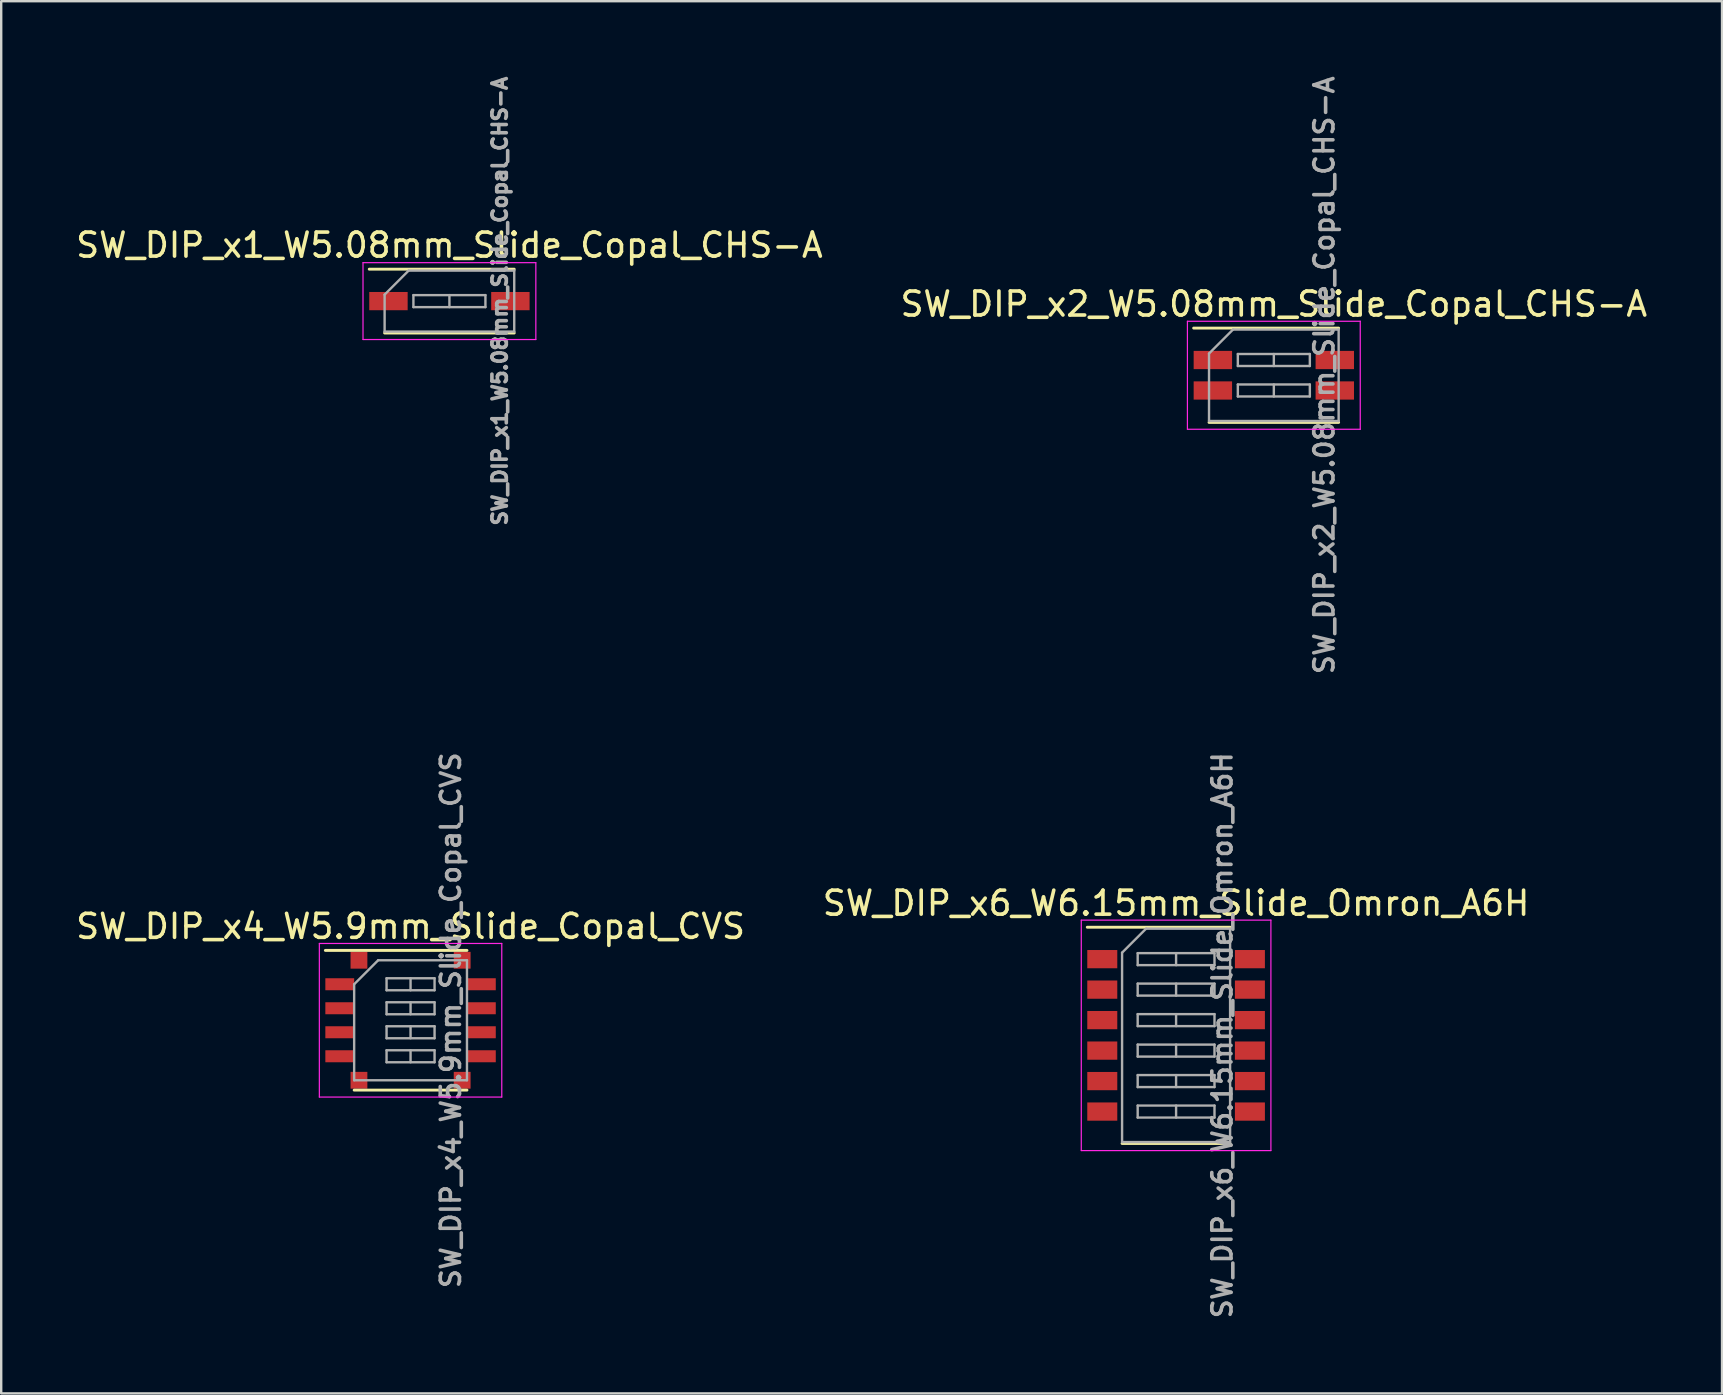
<source format=kicad_pcb>
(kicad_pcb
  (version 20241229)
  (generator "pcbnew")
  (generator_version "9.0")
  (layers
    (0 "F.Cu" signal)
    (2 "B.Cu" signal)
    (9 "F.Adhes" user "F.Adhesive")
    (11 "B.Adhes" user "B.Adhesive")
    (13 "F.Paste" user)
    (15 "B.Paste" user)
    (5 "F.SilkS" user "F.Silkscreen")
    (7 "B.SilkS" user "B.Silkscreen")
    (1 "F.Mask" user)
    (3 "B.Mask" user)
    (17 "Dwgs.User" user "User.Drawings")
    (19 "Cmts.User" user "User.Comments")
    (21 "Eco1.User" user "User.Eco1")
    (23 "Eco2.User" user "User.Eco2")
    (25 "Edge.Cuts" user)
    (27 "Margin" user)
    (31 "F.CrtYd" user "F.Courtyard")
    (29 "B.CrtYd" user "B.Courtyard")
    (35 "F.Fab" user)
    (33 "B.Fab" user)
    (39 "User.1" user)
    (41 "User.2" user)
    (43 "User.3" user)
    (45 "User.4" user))
  (footprint "SW_DIP_x1_W5.08mm_Slide_Copal_CHS-A"
    (layer "F.Cu")
    (at 15.673 9.494)
    (property "Reference" "SW_DIP_x1_W5.08mm_Slide_Copal_CHS-A" (at 0 -2.33 0) (layer "F.SilkS") (effects (font (size 1 1) (thickness 0.15))))
    (attr smd)
    (fp_line (start -3.34 -1.33) (end 2.7 -1.33) (stroke (width 0.12) (type solid)) (layer "F.SilkS"))
    (fp_line (start -2.7 1.33) (end 2.7 1.33) (stroke (width 0.12) (type solid)) (layer "F.SilkS"))
    (fp_line (start -3.6 -1.6) (end -3.6 1.6) (stroke (width 0.05) (type solid)) (layer "F.CrtYd"))
    (fp_line (start -3.6 1.6) (end 3.6 1.6) (stroke (width 0.05) (type solid)) (layer "F.CrtYd"))
    (fp_line (start 3.6 -1.6) (end -3.6 -1.6) (stroke (width 0.05) (type solid)) (layer "F.CrtYd"))
    (fp_line (start 3.6 1.6) (end 3.6 -1.6) (stroke (width 0.05) (type solid)) (layer "F.CrtYd"))
    (fp_line (start -2.7 -0.27) (end -1.7 -1.27) (stroke (width 0.1) (type solid)) (layer "F.Fab"))
    (fp_line (start -2.7 1.27) (end -2.7 -0.27) (stroke (width 0.1) (type solid)) (layer "F.Fab"))
    (fp_line (start -1.7 -1.27) (end 2.7 -1.27) (stroke (width 0.1) (type solid)) (layer "F.Fab"))
    (fp_line (start -1.5 -0.25) (end -1.5 0.25) (stroke (width 0.1) (type solid)) (layer "F.Fab"))
    (fp_line (start -1.5 0.25) (end 1.5 0.25) (stroke (width 0.1) (type solid)) (layer "F.Fab"))
    (fp_line (start 0 -0.25) (end 0 0.25) (stroke (width 0.1) (type solid)) (layer "F.Fab"))
    (fp_line (start 1.5 -0.25) (end -1.5 -0.25) (stroke (width 0.1) (type solid)) (layer "F.Fab"))
    (fp_line (start 1.5 0.25) (end 1.5 -0.25) (stroke (width 0.1) (type solid)) (layer "F.Fab"))
    (fp_line (start 2.7 -1.27) (end 2.7 1.27) (stroke (width 0.1) (type solid)) (layer "F.Fab"))
    (fp_line (start 2.7 1.27) (end -2.7 1.27) (stroke (width 0.1) (type solid)) (layer "F.Fab"))
    (fp_text user "${REFERENCE}" (at 2.1 0 90) (layer "F.Fab") (effects (font (size 0.6 0.6) (thickness 0.15))))
    (pad "1" smd rect (at -2.54 0) (size 1.6 0.76) (layers "F.Cu" "F.Mask" "F.Paste"))
    (pad "2" smd rect (at 2.54 0) (size 1.6 0.76) (layers "F.Cu" "F.Mask" "F.Paste")))
  (footprint "SW_DIP_x6_W6.15mm_Slide_Omron_A6H"
    (layer "F.Cu")
    (at 45.946 40.083)
    (property "Reference" "SW_DIP_x6_W6.15mm_Slide_Omron_A6H" (at 0 -5.505 0) (layer "F.SilkS") (effects (font (size 1 1) (thickness 0.15))))
    (attr smd)
    (fp_line (start -3.7 -4.505) (end 2.25 -4.505) (stroke (width 0.12) (type solid)) (layer "F.SilkS"))
    (fp_line (start -2.25 4.505) (end 2.25 4.505) (stroke (width 0.12) (type solid)) (layer "F.SilkS"))
    (fp_line (start -3.95 -4.8) (end -3.95 4.8) (stroke (width 0.05) (type solid)) (layer "F.CrtYd"))
    (fp_line (start -3.95 4.8) (end 3.95 4.8) (stroke (width 0.05) (type solid)) (layer "F.CrtYd"))
    (fp_line (start 3.95 -4.8) (end -3.95 -4.8) (stroke (width 0.05) (type solid)) (layer "F.CrtYd"))
    (fp_line (start 3.95 4.8) (end 3.95 -4.8) (stroke (width 0.05) (type solid)) (layer "F.CrtYd"))
    (fp_line (start -2.25 -3.445) (end -1.25 -4.445) (stroke (width 0.1) (type solid)) (layer "F.Fab"))
    (fp_line (start -2.25 4.445) (end -2.25 -3.445) (stroke (width 0.1) (type solid)) (layer "F.Fab"))
    (fp_line (start -1.6 -3.425) (end -1.6 -2.925) (stroke (width 0.1) (type solid)) (layer "F.Fab"))
    (fp_line (start -1.6 -2.925) (end 1.6 -2.925) (stroke (width 0.1) (type solid)) (layer "F.Fab"))
    (fp_line (start -1.6 -2.155) (end -1.6 -1.655) (stroke (width 0.1) (type solid)) (layer "F.Fab"))
    (fp_line (start -1.6 -1.655) (end 1.6 -1.655) (stroke (width 0.1) (type solid)) (layer "F.Fab"))
    (fp_line (start -1.6 -0.885) (end -1.6 -0.385) (stroke (width 0.1) (type solid)) (layer "F.Fab"))
    (fp_line (start -1.6 -0.385) (end 1.6 -0.385) (stroke (width 0.1) (type solid)) (layer "F.Fab"))
    (fp_line (start -1.6 0.385) (end -1.6 0.885) (stroke (width 0.1) (type solid)) (layer "F.Fab"))
    (fp_line (start -1.6 0.885) (end 1.6 0.885) (stroke (width 0.1) (type solid)) (layer "F.Fab"))
    (fp_line (start -1.6 1.655) (end -1.6 2.155) (stroke (width 0.1) (type solid)) (layer "F.Fab"))
    (fp_line (start -1.6 2.155) (end 1.6 2.155) (stroke (width 0.1) (type solid)) (layer "F.Fab"))
    (fp_line (start -1.6 2.925) (end -1.6 3.425) (stroke (width 0.1) (type solid)) (layer "F.Fab"))
    (fp_line (start -1.6 3.425) (end 1.6 3.425) (stroke (width 0.1) (type solid)) (layer "F.Fab"))
    (fp_line (start -1.25 -4.445) (end 2.25 -4.445) (stroke (width 0.1) (type solid)) (layer "F.Fab"))
    (fp_line (start 0 -3.425) (end 0 -2.925) (stroke (width 0.1) (type solid)) (layer "F.Fab"))
    (fp_line (start 0 -2.155) (end 0 -1.655) (stroke (width 0.1) (type solid)) (layer "F.Fab"))
    (fp_line (start 0 -0.885) (end 0 -0.385) (stroke (width 0.1) (type solid)) (layer "F.Fab"))
    (fp_line (start 0 0.385) (end 0 0.885) (stroke (width 0.1) (type solid)) (layer "F.Fab"))
    (fp_line (start 0 1.655) (end 0 2.155) (stroke (width 0.1) (type solid)) (layer "F.Fab"))
    (fp_line (start 0 2.925) (end 0 3.425) (stroke (width 0.1) (type solid)) (layer "F.Fab"))
    (fp_line (start 1.6 -3.425) (end -1.6 -3.425) (stroke (width 0.1) (type solid)) (layer "F.Fab"))
    (fp_line (start 1.6 -2.925) (end 1.6 -3.425) (stroke (width 0.1) (type solid)) (layer "F.Fab"))
    (fp_line (start 1.6 -2.155) (end -1.6 -2.155) (stroke (width 0.1) (type solid)) (layer "F.Fab"))
    (fp_line (start 1.6 -1.655) (end 1.6 -2.155) (stroke (width 0.1) (type solid)) (layer "F.Fab"))
    (fp_line (start 1.6 -0.885) (end -1.6 -0.885) (stroke (width 0.1) (type solid)) (layer "F.Fab"))
    (fp_line (start 1.6 -0.385) (end 1.6 -0.885) (stroke (width 0.1) (type solid)) (layer "F.Fab"))
    (fp_line (start 1.6 0.385) (end -1.6 0.385) (stroke (width 0.1) (type solid)) (layer "F.Fab"))
    (fp_line (start 1.6 0.885) (end 1.6 0.385) (stroke (width 0.1) (type solid)) (layer "F.Fab"))
    (fp_line (start 1.6 1.655) (end -1.6 1.655) (stroke (width 0.1) (type solid)) (layer "F.Fab"))
    (fp_line (start 1.6 2.155) (end 1.6 1.655) (stroke (width 0.1) (type solid)) (layer "F.Fab"))
    (fp_line (start 1.6 2.925) (end -1.6 2.925) (stroke (width 0.1) (type solid)) (layer "F.Fab"))
    (fp_line (start 1.6 3.425) (end 1.6 2.925) (stroke (width 0.1) (type solid)) (layer "F.Fab"))
    (fp_line (start 2.25 -4.445) (end 2.25 4.445) (stroke (width 0.1) (type solid)) (layer "F.Fab"))
    (fp_line (start 2.25 4.445) (end -2.25 4.445) (stroke (width 0.1) (type solid)) (layer "F.Fab"))
    (fp_text user "${REFERENCE}" (at 1.925 0 90) (layer "F.Fab") (effects (font (size 0.8 0.8) (thickness 0.15))))
    (pad "1" smd rect (at -3.075 -3.175) (size 1.25 0.76) (layers "F.Cu" "F.Mask" "F.Paste"))
    (pad "2" smd rect (at -3.075 -1.905) (size 1.25 0.76) (layers "F.Cu" "F.Mask" "F.Paste"))
    (pad "3" smd rect (at -3.075 -0.635) (size 1.25 0.76) (layers "F.Cu" "F.Mask" "F.Paste"))
    (pad "4" smd rect (at -3.075 0.635) (size 1.25 0.76) (layers "F.Cu" "F.Mask" "F.Paste"))
    (pad "5" smd rect (at -3.075 1.905) (size 1.25 0.76) (layers "F.Cu" "F.Mask" "F.Paste"))
    (pad "6" smd rect (at -3.075 3.175) (size 1.25 0.76) (layers "F.Cu" "F.Mask" "F.Paste"))
    (pad "7" smd rect (at 3.075 3.175) (size 1.25 0.76) (layers "F.Cu" "F.Mask" "F.Paste"))
    (pad "8" smd rect (at 3.075 1.905) (size 1.25 0.76) (layers "F.Cu" "F.Mask" "F.Paste"))
    (pad "9" smd rect (at 3.075 0.635) (size 1.25 0.76) (layers "F.Cu" "F.Mask" "F.Paste"))
    (pad "10" smd rect (at 3.075 -0.635) (size 1.25 0.76) (layers "F.Cu" "F.Mask" "F.Paste"))
    (pad "11" smd rect (at 3.075 -1.905) (size 1.25 0.76) (layers "F.Cu" "F.Mask" "F.Paste"))
    (pad "12" smd rect (at 3.075 -3.175) (size 1.25 0.76) (layers "F.Cu" "F.Mask" "F.Paste")))
  (footprint "SW_DIP_x4_W5.9mm_Slide_Copal_CVS"
    (layer "F.Cu")
    (at 14.054 39.454)
    (property "Reference" "SW_DIP_x4_W5.9mm_Slide_Copal_CVS" (at 0 -3.91 0) (layer "F.SilkS") (effects (font (size 1 1) (thickness 0.15))))
    (attr smd)
    (fp_line (start -3.55 -2.91) (end 2.35 -2.91) (stroke (width 0.12) (type solid)) (layer "F.SilkS"))
    (fp_line (start -2.35 2.91) (end 2.35 2.91) (stroke (width 0.12) (type solid)) (layer "F.SilkS"))
    (fp_line (start -3.8 -3.2) (end -3.8 3.2) (stroke (width 0.05) (type solid)) (layer "F.CrtYd"))
    (fp_line (start -3.8 3.2) (end 3.8 3.2) (stroke (width 0.05) (type solid)) (layer "F.CrtYd"))
    (fp_line (start 3.8 -3.2) (end -3.8 -3.2) (stroke (width 0.05) (type solid)) (layer "F.CrtYd"))
    (fp_line (start 3.8 3.2) (end 3.8 -3.2) (stroke (width 0.05) (type solid)) (layer "F.CrtYd"))
    (fp_line (start -2.35 -1.5) (end -1.35 -2.5) (stroke (width 0.1) (type solid)) (layer "F.Fab"))
    (fp_line (start -2.35 2.5) (end -2.35 -1.5) (stroke (width 0.1) (type solid)) (layer "F.Fab"))
    (fp_line (start -1.35 -2.5) (end 2.35 -2.5) (stroke (width 0.1) (type solid)) (layer "F.Fab"))
    (fp_line (start -1 -1.75) (end -1 -1.25) (stroke (width 0.1) (type solid)) (layer "F.Fab"))
    (fp_line (start -1 -1.25) (end 1 -1.25) (stroke (width 0.1) (type solid)) (layer "F.Fab"))
    (fp_line (start -1 -0.75) (end -1 -0.25) (stroke (width 0.1) (type solid)) (layer "F.Fab"))
    (fp_line (start -1 -0.25) (end 1 -0.25) (stroke (width 0.1) (type solid)) (layer "F.Fab"))
    (fp_line (start -1 0.25) (end -1 0.75) (stroke (width 0.1) (type solid)) (layer "F.Fab"))
    (fp_line (start -1 0.75) (end 1 0.75) (stroke (width 0.1) (type solid)) (layer "F.Fab"))
    (fp_line (start -1 1.25) (end -1 1.75) (stroke (width 0.1) (type solid)) (layer "F.Fab"))
    (fp_line (start -1 1.75) (end 1 1.75) (stroke (width 0.1) (type solid)) (layer "F.Fab"))
    (fp_line (start 0 -1.75) (end 0 -1.25) (stroke (width 0.1) (type solid)) (layer "F.Fab"))
    (fp_line (start 0 -0.75) (end 0 -0.25) (stroke (width 0.1) (type solid)) (layer "F.Fab"))
    (fp_line (start 0 0.25) (end 0 0.75) (stroke (width 0.1) (type solid)) (layer "F.Fab"))
    (fp_line (start 0 1.25) (end 0 1.75) (stroke (width 0.1) (type solid)) (layer "F.Fab"))
    (fp_line (start 1 -1.75) (end -1 -1.75) (stroke (width 0.1) (type solid)) (layer "F.Fab"))
    (fp_line (start 1 -1.25) (end 1 -1.75) (stroke (width 0.1) (type solid)) (layer "F.Fab"))
    (fp_line (start 1 -0.75) (end -1 -0.75) (stroke (width 0.1) (type solid)) (layer "F.Fab"))
    (fp_line (start 1 -0.25) (end 1 -0.75) (stroke (width 0.1) (type solid)) (layer "F.Fab"))
    (fp_line (start 1 0.25) (end -1 0.25) (stroke (width 0.1) (type solid)) (layer "F.Fab"))
    (fp_line (start 1 0.75) (end 1 0.25) (stroke (width 0.1) (type solid)) (layer "F.Fab"))
    (fp_line (start 1 1.25) (end -1 1.25) (stroke (width 0.1) (type solid)) (layer "F.Fab"))
    (fp_line (start 1 1.75) (end 1 1.25) (stroke (width 0.1) (type solid)) (layer "F.Fab"))
    (fp_line (start 2.35 -2.5) (end 2.35 2.5) (stroke (width 0.1) (type solid)) (layer "F.Fab"))
    (fp_line (start 2.35 2.5) (end -2.35 2.5) (stroke (width 0.1) (type solid)) (layer "F.Fab"))
    (fp_text user "${REFERENCE}" (at 1.675 0 90) (layer "F.Fab") (effects (font (size 0.8 0.8) (thickness 0.15))))
    (pad "1" smd rect (at -2.95 -1.5) (size 1.2 0.5) (layers "F.Cu" "F.Mask" "F.Paste"))
    (pad "2" smd rect (at -2.95 -0.5) (size 1.2 0.5) (layers "F.Cu" "F.Mask" "F.Paste"))
    (pad "3" smd rect (at -2.95 0.5) (size 1.2 0.5) (layers "F.Cu" "F.Mask" "F.Paste"))
    (pad "4" smd rect (at -2.95 1.5) (size 1.2 0.5) (layers "F.Cu" "F.Mask" "F.Paste"))
    (pad "5" smd rect (at 2.95 1.5) (size 1.2 0.5) (layers "F.Cu" "F.Mask" "F.Paste"))
    (pad "6" smd rect (at 2.95 0.5) (size 1.2 0.5) (layers "F.Cu" "F.Mask" "F.Paste"))
    (pad "7" smd rect (at 2.95 -0.5) (size 1.2 0.5) (layers "F.Cu" "F.Mask" "F.Paste"))
    (pad "8" smd rect (at 2.95 -1.5) (size 1.2 0.5) (layers "F.Cu" "F.Mask" "F.Paste"))
    (pad "9" smd rect (at -2.15 -2.5) (size 0.7 0.7) (layers "F.Cu" "F.Mask" "F.Paste"))
    (pad "9" smd rect (at -2.15 2.5) (size 0.7 0.7) (layers "F.Cu" "F.Mask" "F.Paste"))
    (pad "9" smd rect (at 2.15 -2.5) (size 0.7 0.7) (layers "F.Cu" "F.Mask" "F.Paste"))
    (pad "9" smd rect (at 2.15 2.5) (size 0.7 0.7) (layers "F.Cu" "F.Mask" "F.Paste")))
  (footprint "SW_DIP_x2_W5.08mm_Slide_Copal_CHS-A"
    (layer "F.Cu")
    (at 50.018 12.583)
    (property "Reference" "SW_DIP_x2_W5.08mm_Slide_Copal_CHS-A" (at 0 -2.965 0) (layer "F.SilkS") (effects (font (size 1 1) (thickness 0.15))))
    (attr smd)
    (fp_line (start -3.34 -1.965) (end 2.7 -1.965) (stroke (width 0.12) (type solid)) (layer "F.SilkS"))
    (fp_line (start -2.7 1.965) (end 2.7 1.965) (stroke (width 0.12) (type solid)) (layer "F.SilkS"))
    (fp_line (start -3.6 -2.25) (end -3.6 2.25) (stroke (width 0.05) (type solid)) (layer "F.CrtYd"))
    (fp_line (start -3.6 2.25) (end 3.6 2.25) (stroke (width 0.05) (type solid)) (layer "F.CrtYd"))
    (fp_line (start 3.6 -2.25) (end -3.6 -2.25) (stroke (width 0.05) (type solid)) (layer "F.CrtYd"))
    (fp_line (start 3.6 2.25) (end 3.6 -2.25) (stroke (width 0.05) (type solid)) (layer "F.CrtYd"))
    (fp_line (start -2.7 -0.905) (end -1.7 -1.905) (stroke (width 0.1) (type solid)) (layer "F.Fab"))
    (fp_line (start -2.7 1.905) (end -2.7 -0.905) (stroke (width 0.1) (type solid)) (layer "F.Fab"))
    (fp_line (start -1.7 -1.905) (end 2.7 -1.905) (stroke (width 0.1) (type solid)) (layer "F.Fab"))
    (fp_line (start -1.5 -0.885) (end -1.5 -0.385) (stroke (width 0.1) (type solid)) (layer "F.Fab"))
    (fp_line (start -1.5 -0.385) (end 1.5 -0.385) (stroke (width 0.1) (type solid)) (layer "F.Fab"))
    (fp_line (start -1.5 0.385) (end -1.5 0.885) (stroke (width 0.1) (type solid)) (layer "F.Fab"))
    (fp_line (start -1.5 0.885) (end 1.5 0.885) (stroke (width 0.1) (type solid)) (layer "F.Fab"))
    (fp_line (start 0 -0.885) (end 0 -0.385) (stroke (width 0.1) (type solid)) (layer "F.Fab"))
    (fp_line (start 0 0.385) (end 0 0.885) (stroke (width 0.1) (type solid)) (layer "F.Fab"))
    (fp_line (start 1.5 -0.885) (end -1.5 -0.885) (stroke (width 0.1) (type solid)) (layer "F.Fab"))
    (fp_line (start 1.5 -0.385) (end 1.5 -0.885) (stroke (width 0.1) (type solid)) (layer "F.Fab"))
    (fp_line (start 1.5 0.385) (end -1.5 0.385) (stroke (width 0.1) (type solid)) (layer "F.Fab"))
    (fp_line (start 1.5 0.885) (end 1.5 0.385) (stroke (width 0.1) (type solid)) (layer "F.Fab"))
    (fp_line (start 2.7 -1.905) (end 2.7 1.905) (stroke (width 0.1) (type solid)) (layer "F.Fab"))
    (fp_line (start 2.7 1.905) (end -2.7 1.905) (stroke (width 0.1) (type solid)) (layer "F.Fab"))
    (fp_text user "${REFERENCE}" (at 2.1 0 90) (layer "F.Fab") (effects (font (size 0.8 0.8) (thickness 0.15))))
    (pad "1" smd rect (at -2.54 -0.635) (size 1.6 0.76) (layers "F.Cu" "F.Mask" "F.Paste"))
    (pad "2" smd rect (at -2.54 0.635) (size 1.6 0.76) (layers "F.Cu" "F.Mask" "F.Paste"))
    (pad "3" smd rect (at 2.54 0.635) (size 1.6 0.76) (layers "F.Cu" "F.Mask" "F.Paste"))
    (pad "4" smd rect (at 2.54 -0.635) (size 1.6 0.76) (layers "F.Cu" "F.Mask" "F.Paste")))
  (gr_rect
    (start -3 -3)
    (end 68.69 54.999)
    (stroke (width 0.1) (type default))
    (fill no)
    (layer "Edge.Cuts")))
</source>
